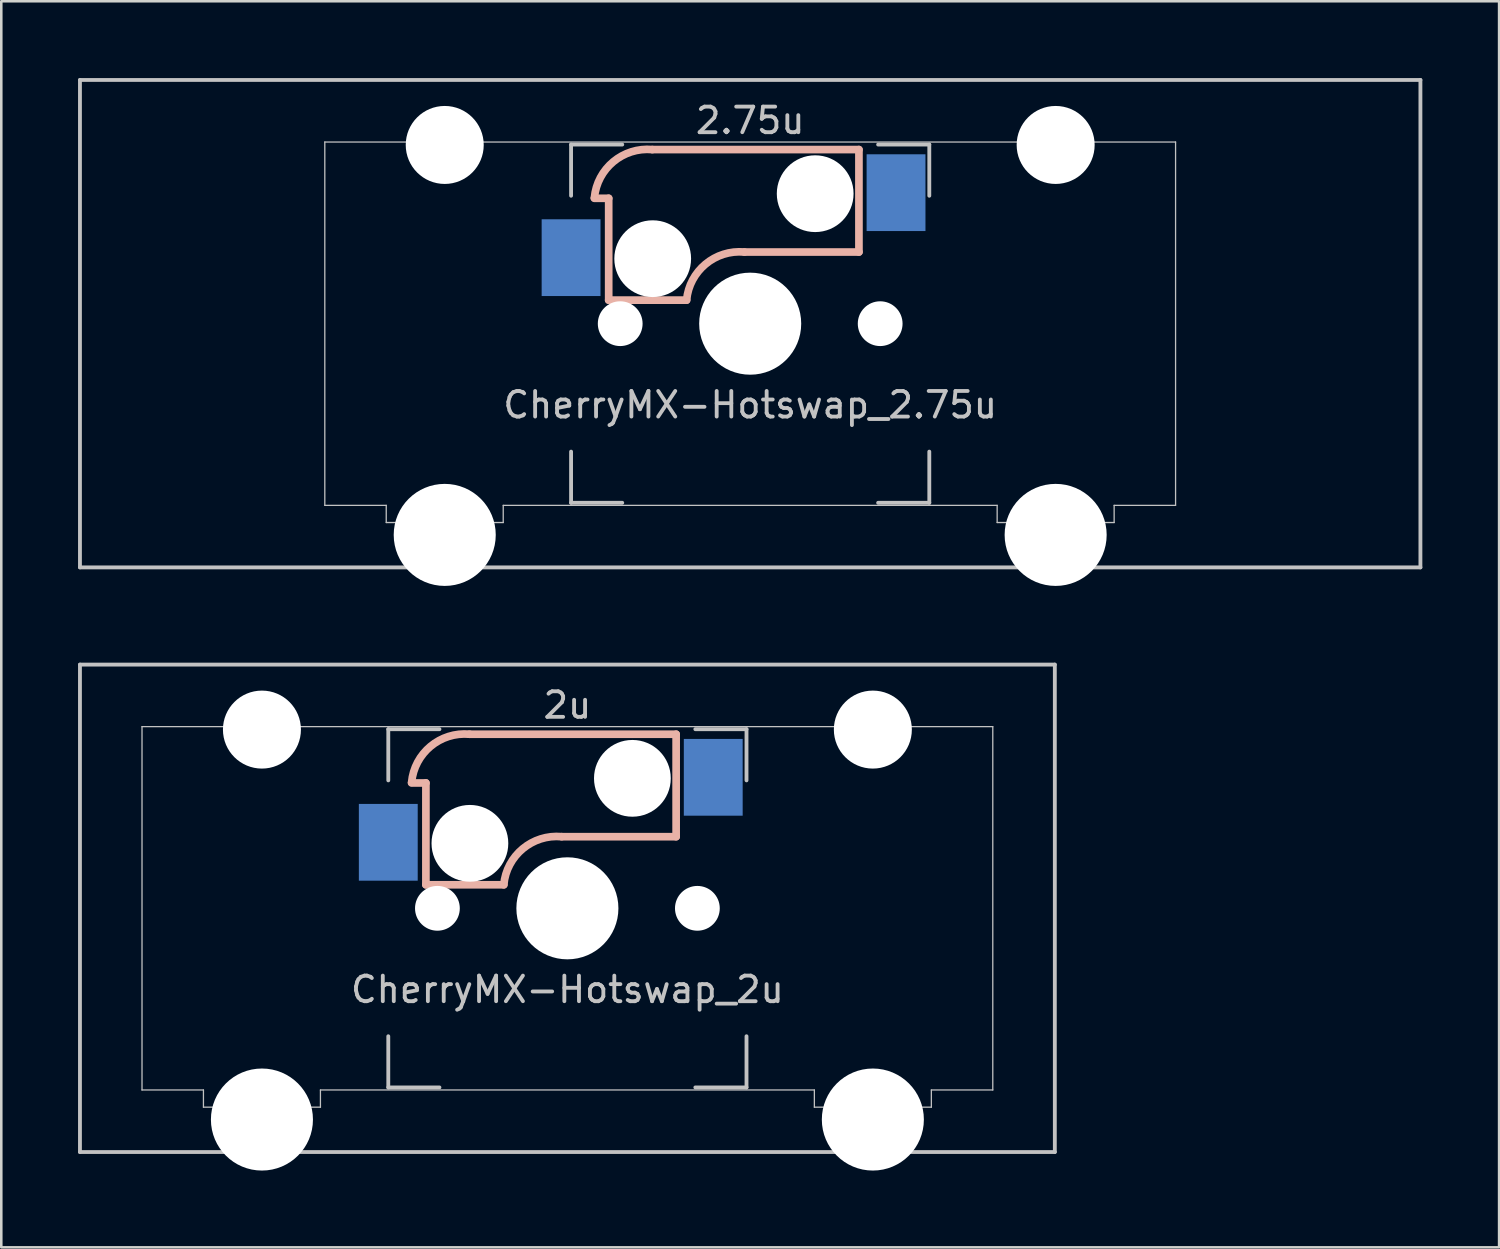
<source format=kicad_pcb>
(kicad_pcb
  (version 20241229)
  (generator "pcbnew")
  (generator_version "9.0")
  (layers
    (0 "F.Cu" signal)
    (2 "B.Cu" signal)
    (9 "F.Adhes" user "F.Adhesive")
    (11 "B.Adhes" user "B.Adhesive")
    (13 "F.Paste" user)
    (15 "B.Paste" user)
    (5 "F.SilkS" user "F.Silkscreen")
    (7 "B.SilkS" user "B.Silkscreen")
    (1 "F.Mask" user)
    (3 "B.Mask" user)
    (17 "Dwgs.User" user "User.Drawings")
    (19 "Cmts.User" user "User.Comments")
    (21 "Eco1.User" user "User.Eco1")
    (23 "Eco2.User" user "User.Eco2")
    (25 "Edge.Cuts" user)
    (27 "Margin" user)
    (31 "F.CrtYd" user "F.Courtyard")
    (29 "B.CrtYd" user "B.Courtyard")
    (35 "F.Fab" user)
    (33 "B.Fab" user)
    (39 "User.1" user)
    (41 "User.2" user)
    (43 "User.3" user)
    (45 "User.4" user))
  (footprint "CherryMX-Hotswap_2u"
    (layer "F.Cu")
    (at 19.125 32.449)
    (property "Reference" "CherryMX-Hotswap_2u" (at 0 3.175 0) (layer "Dwgs.User") (effects (font (size 1 1) (thickness 0.15))))
    (attr through_hole)
    (fp_line (start -6.09 -4.9) (end -5.53 -4.9) (stroke (width 0.3) (type solid)) (layer "B.SilkS"))
    (fp_line (start -5.53 -4.9) (end -5.53 -0.92) (stroke (width 0.3) (type solid)) (layer "B.SilkS"))
    (fp_line (start -5.53 -0.92) (end -2.485 -0.92) (stroke (width 0.3) (type solid)) (layer "B.SilkS"))
    (fp_line (start 4.25 -6.804) (end -3.825 -6.804) (stroke (width 0.3) (type solid)) (layer "B.SilkS"))
    (fp_line (start 4.25 -2.8) (end -0.225 -2.8) (stroke (width 0.3) (type solid)) (layer "B.SilkS"))
    (fp_line (start 4.25 -2.8) (end 4.25 -6.804) (stroke (width 0.3) (type solid)) (layer "B.SilkS"))
    (fp_arc (start -6.089 -4.92) (mid -5.347189 -6.33089) (end -3.825 -6.804) (stroke (width 0.3) (type solid)) (layer "B.SilkS"))
    (fp_arc (start -2.485 -0.92) (mid -1.744361 -2.328061) (end -0.225 -2.8) (stroke (width 0.3) (type solid)) (layer "B.SilkS"))
    (fp_line (start -19.05 -9.525) (end -19.05 9.525) (stroke (width 0.15) (type solid)) (layer "Dwgs.User"))
    (fp_line (start -16.625 -7.1) (end 16.625 -7.1) (stroke (width 0.05) (type solid)) (layer "Dwgs.User"))
    (fp_line (start -16.625 7.1) (end -16.625 -7.1) (stroke (width 0.05) (type solid)) (layer "Dwgs.User"))
    (fp_line (start -14.224 7.1) (end -16.625 7.1) (stroke (width 0.05) (type solid)) (layer "Dwgs.User"))
    (fp_line (start -14.224 7.1) (end -14.224 7.772) (stroke (width 0.05) (type solid)) (layer "Dwgs.User"))
    (fp_line (start -9.652 7.1) (end -9.652 7.772) (stroke (width 0.05) (type solid)) (layer "Dwgs.User"))
    (fp_line (start -9.652 7.772) (end -14.224 7.772) (stroke (width 0.05) (type solid)) (layer "Dwgs.User"))
    (fp_line (start -7 -7) (end -7 -5) (stroke (width 0.15) (type solid)) (layer "Dwgs.User"))
    (fp_line (start -7 5) (end -7 7) (stroke (width 0.15) (type solid)) (layer "Dwgs.User"))
    (fp_line (start -7 7) (end -5 7) (stroke (width 0.15) (type solid)) (layer "Dwgs.User"))
    (fp_line (start -5 -7) (end -7 -7) (stroke (width 0.15) (type solid)) (layer "Dwgs.User"))
    (fp_line (start 5 -7) (end 7 -7) (stroke (width 0.15) (type solid)) (layer "Dwgs.User"))
    (fp_line (start 5 7) (end 7 7) (stroke (width 0.15) (type solid)) (layer "Dwgs.User"))
    (fp_line (start 7 -7) (end 7 -5) (stroke (width 0.15) (type solid)) (layer "Dwgs.User"))
    (fp_line (start 7 7) (end 7 5) (stroke (width 0.15) (type solid)) (layer "Dwgs.User"))
    (fp_line (start 9.652 7.1) (end -9.652 7.1) (stroke (width 0.05) (type solid)) (layer "Dwgs.User"))
    (fp_line (start 9.652 7.1) (end 9.652 7.772) (stroke (width 0.05) (type solid)) (layer "Dwgs.User"))
    (fp_line (start 9.652 7.772) (end 14.224 7.772) (stroke (width 0.05) (type solid)) (layer "Dwgs.User"))
    (fp_line (start 14.224 7.1) (end 14.224 7.772) (stroke (width 0.05) (type solid)) (layer "Dwgs.User"))
    (fp_line (start 14.224 7.1) (end 16.625 7.1) (stroke (width 0.05) (type solid)) (layer "Dwgs.User"))
    (fp_line (start 16.625 7.1) (end 16.625 -7.1) (stroke (width 0.05) (type solid)) (layer "Dwgs.User"))
    (fp_line (start 19.05 -9.525) (end -19.05 -9.525) (stroke (width 0.15) (type solid)) (layer "Dwgs.User"))
    (fp_line (start 19.05 -9.525) (end 19.05 9.525) (stroke (width 0.15) (type solid)) (layer "Dwgs.User"))
    (fp_line (start 19.05 9.525) (end -19.05 9.525) (stroke (width 0.15) (type solid)) (layer "Dwgs.User"))
    (fp_text user "2u" (at 0 -7.938 0) (layer "Dwgs.User") (effects (font (size 1 1) (thickness 0.15))))
    (pad "" np_thru_hole circle (at -11.938 -6.985) (size 3.048 3.048) (drill 3.048) (layers "*.Cu" "*.Mask"))
    (pad "" np_thru_hole circle (at -11.938 8.255) (size 3.988 3.988) (drill 3.988) (layers "*.Cu" "*.Mask"))
    (pad "" np_thru_hole circle (at -5.08 0 48.1) (size 1.75 1.75) (drill 1.75) (layers "*.Cu" "*.Mask"))
    (pad "" np_thru_hole circle (at -3.81 -2.54 180) (size 3 3) (drill 3) (layers "*.Cu" "*.Mask"))
    (pad "" np_thru_hole circle (at 0 0) (size 3.988 3.988) (drill 3.988) (layers "*.Cu" "*.Mask"))
    (pad "" np_thru_hole circle (at 2.54 -5.08 180) (size 3 3) (drill 3) (layers "*.Cu" "*.Mask"))
    (pad "" np_thru_hole circle (at 5.08 0 48.1) (size 1.75 1.75) (drill 1.75) (layers "*.Cu" "*.Mask"))
    (pad "" np_thru_hole circle (at 11.938 -6.985) (size 3.048 3.048) (drill 3.048) (layers "*.Cu" "*.Mask"))
    (pad "" np_thru_hole circle (at 11.938 8.255) (size 3.988 3.988) (drill 3.988) (layers "*.Cu" "*.Mask"))
    (pad "1" smd rect (at -7 -2.58 180) (size 2.3 3) (layers "B.Cu" "B.Mask" "B.Paste"))
    (pad "2" smd rect (at 5.7 -5.12 180) (size 2.3 3) (layers "B.Cu" "B.Mask" "B.Paste")))
  (footprint "CherryMX-Hotswap_2.75u"
    (layer "F.Cu")
    (at 26.269 9.6)
    (property "Reference" "CherryMX-Hotswap_2.75u" (at 0 3.175 0) (layer "Dwgs.User") (effects (font (size 1 1) (thickness 0.15))))
    (attr through_hole)
    (fp_line (start -6.09 -4.9) (end -5.53 -4.9) (stroke (width 0.3) (type solid)) (layer "B.SilkS"))
    (fp_line (start -5.53 -4.9) (end -5.53 -0.92) (stroke (width 0.3) (type solid)) (layer "B.SilkS"))
    (fp_line (start -5.53 -0.92) (end -2.485 -0.92) (stroke (width 0.3) (type solid)) (layer "B.SilkS"))
    (fp_line (start 4.25 -6.804) (end -3.825 -6.804) (stroke (width 0.3) (type solid)) (layer "B.SilkS"))
    (fp_line (start 4.25 -2.8) (end -0.225 -2.8) (stroke (width 0.3) (type solid)) (layer "B.SilkS"))
    (fp_line (start 4.25 -2.8) (end 4.25 -6.804) (stroke (width 0.3) (type solid)) (layer "B.SilkS"))
    (fp_arc (start -6.089 -4.92) (mid -5.347189 -6.33089) (end -3.825 -6.804) (stroke (width 0.3) (type solid)) (layer "B.SilkS"))
    (fp_arc (start -2.485 -0.92) (mid -1.744361 -2.328061) (end -0.225 -2.8) (stroke (width 0.3) (type solid)) (layer "B.SilkS"))
    (fp_line (start -26.194 9.525) (end -26.194 -9.525) (stroke (width 0.15) (type solid)) (layer "Dwgs.User"))
    (fp_line (start -16.625 -7.1) (end 16.625 -7.1) (stroke (width 0.05) (type solid)) (layer "Dwgs.User"))
    (fp_line (start -16.625 7.1) (end -16.625 -7.1) (stroke (width 0.05) (type solid)) (layer "Dwgs.User"))
    (fp_line (start -14.224 7.1) (end -16.625 7.1) (stroke (width 0.05) (type solid)) (layer "Dwgs.User"))
    (fp_line (start -14.224 7.1) (end -14.224 7.772) (stroke (width 0.05) (type solid)) (layer "Dwgs.User"))
    (fp_line (start -9.652 7.1) (end -9.652 7.772) (stroke (width 0.05) (type solid)) (layer "Dwgs.User"))
    (fp_line (start -9.652 7.772) (end -14.224 7.772) (stroke (width 0.05) (type solid)) (layer "Dwgs.User"))
    (fp_line (start -7 -7) (end -7 -5) (stroke (width 0.15) (type solid)) (layer "Dwgs.User"))
    (fp_line (start -7 5) (end -7 7) (stroke (width 0.15) (type solid)) (layer "Dwgs.User"))
    (fp_line (start -7 7) (end -5 7) (stroke (width 0.15) (type solid)) (layer "Dwgs.User"))
    (fp_line (start -5 -7) (end -7 -7) (stroke (width 0.15) (type solid)) (layer "Dwgs.User"))
    (fp_line (start 5 -7) (end 7 -7) (stroke (width 0.15) (type solid)) (layer "Dwgs.User"))
    (fp_line (start 5 7) (end 7 7) (stroke (width 0.15) (type solid)) (layer "Dwgs.User"))
    (fp_line (start 7 -7) (end 7 -5) (stroke (width 0.15) (type solid)) (layer "Dwgs.User"))
    (fp_line (start 7 7) (end 7 5) (stroke (width 0.15) (type solid)) (layer "Dwgs.User"))
    (fp_line (start 9.652 7.1) (end -9.652 7.1) (stroke (width 0.05) (type solid)) (layer "Dwgs.User"))
    (fp_line (start 9.652 7.1) (end 9.652 7.772) (stroke (width 0.05) (type solid)) (layer "Dwgs.User"))
    (fp_line (start 9.652 7.772) (end 14.224 7.772) (stroke (width 0.05) (type solid)) (layer "Dwgs.User"))
    (fp_line (start 14.224 7.1) (end 14.224 7.772) (stroke (width 0.05) (type solid)) (layer "Dwgs.User"))
    (fp_line (start 14.224 7.1) (end 16.625 7.1) (stroke (width 0.05) (type solid)) (layer "Dwgs.User"))
    (fp_line (start 16.625 7.1) (end 16.625 -7.1) (stroke (width 0.05) (type solid)) (layer "Dwgs.User"))
    (fp_line (start 26.194 -9.525) (end -26.194 -9.525) (stroke (width 0.15) (type solid)) (layer "Dwgs.User"))
    (fp_line (start 26.194 -9.525) (end 26.194 9.525) (stroke (width 0.15) (type solid)) (layer "Dwgs.User"))
    (fp_line (start 26.194 9.525) (end -26.194 9.525) (stroke (width 0.15) (type solid)) (layer "Dwgs.User"))
    (fp_text user "2.75u" (at 0 -7.938 0) (layer "Dwgs.User") (effects (font (size 1 1) (thickness 0.15))))
    (pad "" np_thru_hole circle (at -11.938 -6.985) (size 3.048 3.048) (drill 3.048) (layers "*.Cu" "*.Mask"))
    (pad "" np_thru_hole circle (at -11.938 8.255) (size 3.988 3.988) (drill 3.988) (layers "*.Cu" "*.Mask"))
    (pad "" np_thru_hole circle (at -5.08 0 48.1) (size 1.75 1.75) (drill 1.75) (layers "*.Cu" "*.Mask"))
    (pad "" np_thru_hole circle (at -3.81 -2.54 180) (size 3 3) (drill 3) (layers "*.Cu" "*.Mask"))
    (pad "" np_thru_hole circle (at 0 0) (size 3.988 3.988) (drill 3.988) (layers "*.Cu" "*.Mask"))
    (pad "" np_thru_hole circle (at 2.54 -5.08 180) (size 3 3) (drill 3) (layers "*.Cu" "*.Mask"))
    (pad "" np_thru_hole circle (at 5.08 0 48.1) (size 1.75 1.75) (drill 1.75) (layers "*.Cu" "*.Mask"))
    (pad "" np_thru_hole circle (at 11.938 -6.985) (size 3.048 3.048) (drill 3.048) (layers "*.Cu" "*.Mask"))
    (pad "" np_thru_hole circle (at 11.938 8.255) (size 3.988 3.988) (drill 3.988) (layers "*.Cu" "*.Mask"))
    (pad "1" smd rect (at -7 -2.58 180) (size 2.3 3) (layers "B.Cu" "B.Mask" "B.Paste"))
    (pad "2" smd rect (at 5.7 -5.12 180) (size 2.3 3) (layers "B.Cu" "B.Mask" "B.Paste")))
  (gr_rect
    (start -3 -3)
    (end 55.538 45.698)
    (stroke (width 0.1) (type default))
    (fill no)
    (layer "Edge.Cuts")))
</source>
